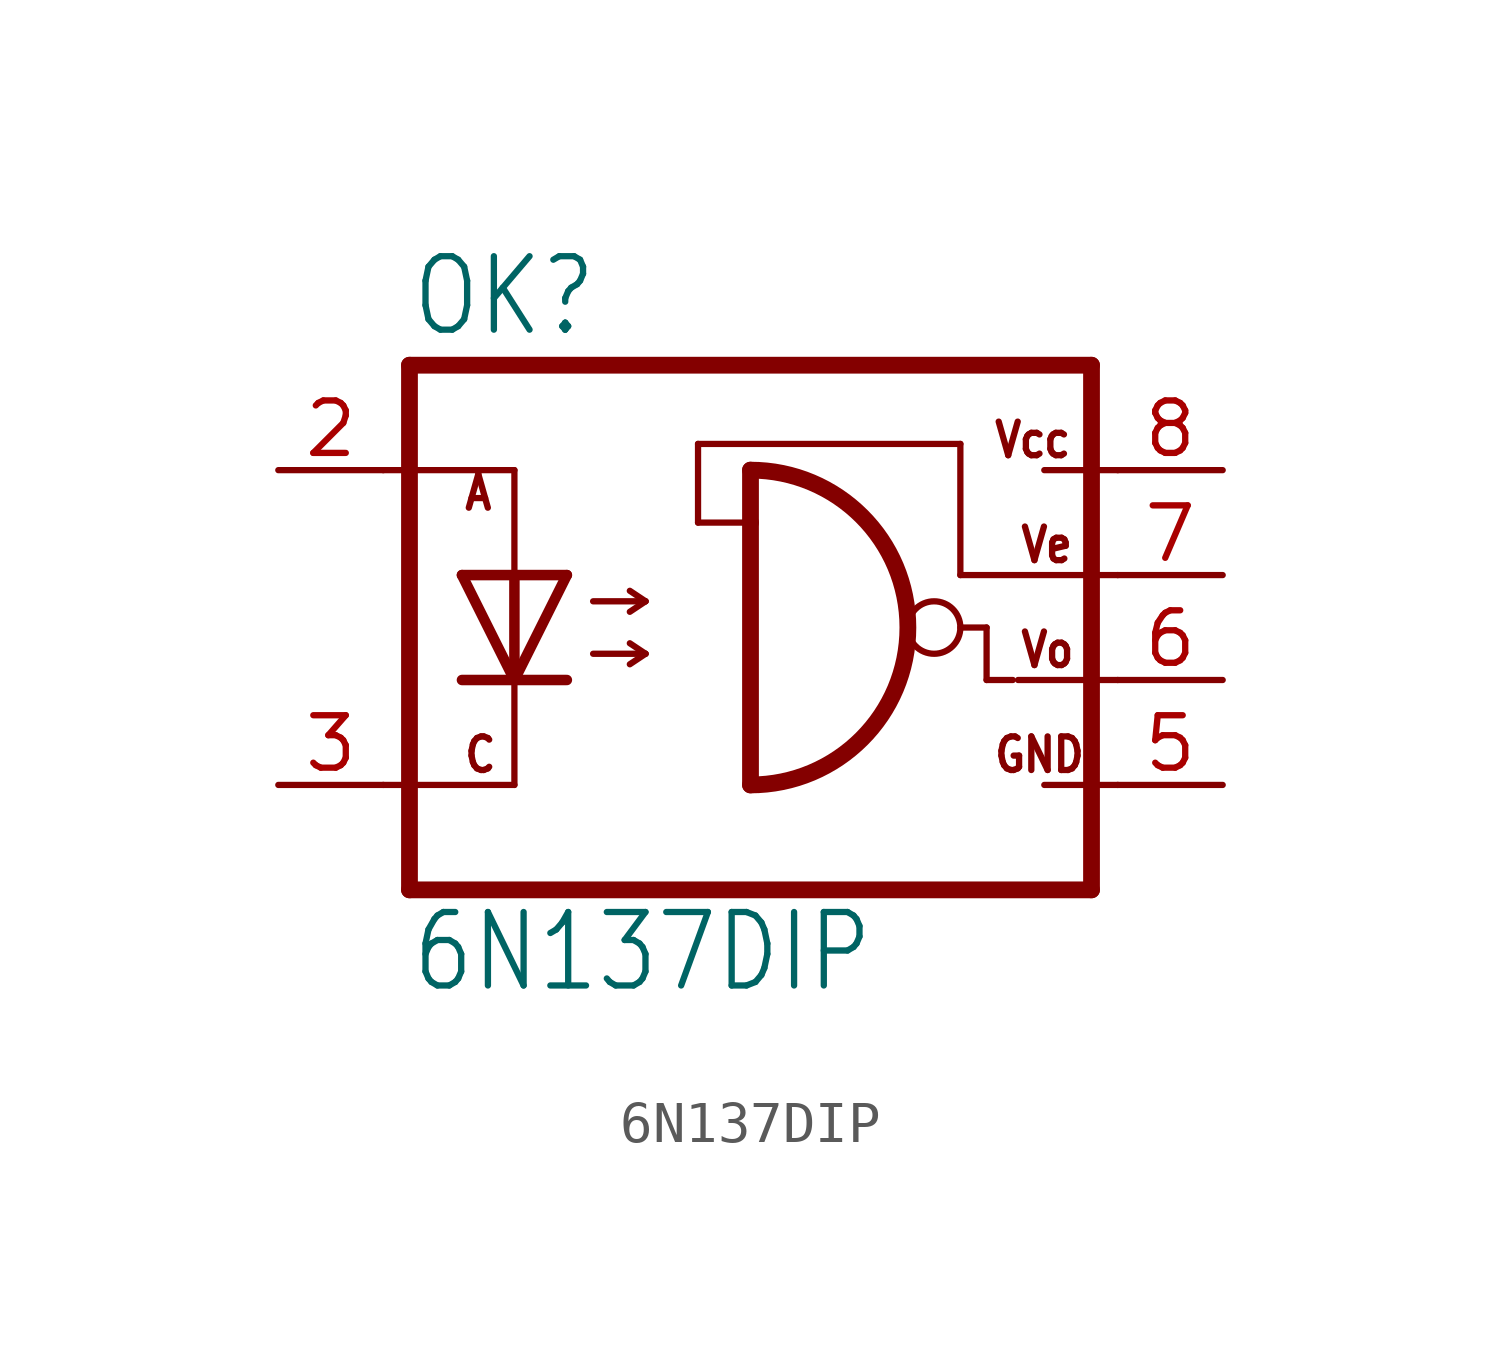
<source format=kicad_sym>
(kicad_symbol_lib
  (version 20211014)
  (generator kicad_symbol_editor)
  (symbol "6N137DIP"
    (property "Reference" "OK"
      (at -9.525 8.255 0)
      (effects (font (size 1.778 1.511)) (justify left bottom)))
    (property "Value" "6N137DIP"
      (at -9.525 -7.62 0)
      (effects (font (size 1.778 1.511)) (justify left bottom)))
    (property "ki_locked" ""
      (at 0 0 0)
      (effects (font (size 1.27 1.27))))
    (symbol "6N137DIP_1_0"
      (arc (start -1.27 -2.54) (mid 2.54 1.27) (end -1.27 5.08) (stroke (width 0.4064) (type default) (color 0 0 0 0)) (fill (type none)))
      (polyline (pts (xy -10.16 -2.54) (xy -6.985 -2.54)) (stroke (width 0.152) (type default) (color 0 0 0 0)) (fill (type none)))
      (polyline (pts (xy -10.16 5.08) (xy -6.985 5.08)) (stroke (width 0.152) (type default) (color 0 0 0 0)) (fill (type none)))
      (polyline (pts (xy -9.525 7.62) (xy -9.525 -5.08)) (stroke (width 0.406) (type default) (color 0 0 0 0)) (fill (type none)))
      (polyline (pts (xy -6.985 -2.54) (xy -6.985 0)) (stroke (width 0.152) (type default) (color 0 0 0 0)) (fill (type none)))
      (polyline (pts (xy -6.985 0) (xy -8.255 0)) (stroke (width 0.254) (type default) (color 0 0 0 0)) (fill (type none)))
      (polyline (pts (xy -6.985 0) (xy -8.255 2.54)) (stroke (width 0.254) (type default) (color 0 0 0 0)) (fill (type none)))
      (polyline (pts (xy -6.985 2.54) (xy -8.255 2.54)) (stroke (width 0.254) (type default) (color 0 0 0 0)) (fill (type none)))
      (polyline (pts (xy -6.985 2.54) (xy -6.985 0)) (stroke (width 0.254) (type default) (color 0 0 0 0)) (fill (type none)))
      (polyline (pts (xy -6.985 2.54) (xy -6.985 5.08)) (stroke (width 0.152) (type default) (color 0 0 0 0)) (fill (type none)))
      (polyline (pts (xy -5.715 0) (xy -6.985 0)) (stroke (width 0.254) (type default) (color 0 0 0 0)) (fill (type none)))
      (polyline (pts (xy -5.715 2.54) (xy -6.985 0)) (stroke (width 0.254) (type default) (color 0 0 0 0)) (fill (type none)))
      (polyline (pts (xy -5.715 2.54) (xy -6.985 2.54)) (stroke (width 0.254) (type default) (color 0 0 0 0)) (fill (type none)))
      (polyline (pts (xy -5.08 0.635) (xy -3.81 0.635)) (stroke (width 0.152) (type default) (color 0 0 0 0)) (fill (type none)))
      (polyline (pts (xy -5.08 1.905) (xy -3.81 1.905)) (stroke (width 0.152) (type default) (color 0 0 0 0)) (fill (type none)))
      (polyline (pts (xy -3.81 0.635) (xy -4.191 0.381)) (stroke (width 0.152) (type default) (color 0 0 0 0)) (fill (type none)))
      (polyline (pts (xy -3.81 0.635) (xy -4.191 0.889)) (stroke (width 0.152) (type default) (color 0 0 0 0)) (fill (type none)))
      (polyline (pts (xy -3.81 1.905) (xy -4.191 1.651)) (stroke (width 0.152) (type default) (color 0 0 0 0)) (fill (type none)))
      (polyline (pts (xy -3.81 1.905) (xy -4.191 2.159)) (stroke (width 0.152) (type default) (color 0 0 0 0)) (fill (type none)))
      (polyline (pts (xy -2.54 3.81) (xy -2.54 5.715)) (stroke (width 0.152) (type default) (color 0 0 0 0)) (fill (type none)))
      (polyline (pts (xy -2.54 5.715) (xy 3.81 5.715)) (stroke (width 0.152) (type default) (color 0 0 0 0)) (fill (type none)))
      (polyline (pts (xy -1.27 3.81) (xy -2.54 3.81)) (stroke (width 0.152) (type default) (color 0 0 0 0)) (fill (type none)))
      (polyline (pts (xy -1.27 3.81) (xy -1.27 -2.54)) (stroke (width 0.406) (type default) (color 0 0 0 0)) (fill (type none)))
      (polyline (pts (xy -1.27 5.08) (xy -1.27 3.81)) (stroke (width 0.406) (type default) (color 0 0 0 0)) (fill (type none)))
      (polyline (pts (xy 3.81 1.27) (xy 4.445 1.27)) (stroke (width 0.152) (type default) (color 0 0 0 0)) (fill (type none)))
      (polyline (pts (xy 3.81 2.54) (xy 7.62 2.54)) (stroke (width 0.152) (type default) (color 0 0 0 0)) (fill (type none)))
      (polyline (pts (xy 3.81 5.715) (xy 3.81 2.54)) (stroke (width 0.152) (type default) (color 0 0 0 0)) (fill (type none)))
      (polyline (pts (xy 4.445 0) (xy 5.08 0)) (stroke (width 0.152) (type default) (color 0 0 0 0)) (fill (type none)))
      (polyline (pts (xy 4.445 1.27) (xy 4.445 0)) (stroke (width 0.152) (type default) (color 0 0 0 0)) (fill (type none)))
      (polyline (pts (xy 5.207 0) (xy 7.62 0)) (stroke (width 0.152) (type default) (color 0 0 0 0)) (fill (type none)))
      (polyline (pts (xy 5.842 -2.54) (xy 7.62 -2.54)) (stroke (width 0.152) (type default) (color 0 0 0 0)) (fill (type none)))
      (polyline (pts (xy 5.842 5.08) (xy 7.62 5.08)) (stroke (width 0.152) (type default) (color 0 0 0 0)) (fill (type none)))
      (polyline (pts (xy 6.985 -5.08) (xy -9.525 -5.08)) (stroke (width 0.406) (type default) (color 0 0 0 0)) (fill (type none)))
      (polyline (pts (xy 6.985 7.62) (xy -9.525 7.62)) (stroke (width 0.406) (type default) (color 0 0 0 0)) (fill (type none)))
      (polyline (pts (xy 6.985 7.62) (xy 6.985 -5.08)) (stroke (width 0.406) (type default) (color 0 0 0 0)) (fill (type none)))
      (circle (center 3.175 1.27) (radius 0.635) (stroke (width 0.152) (type default) (color 0 0 0 0)) (fill (type none)))
      (text "A" (at -8.255 4.064 0) (effects (font (size 0.813 0.691)) (justify left bottom)))
      (text "C" (at -8.255 -2.286 0) (effects (font (size 0.813 0.691)) (justify left bottom)))
      (text "GND" (at 4.572 -2.286 0) (effects (font (size 0.813 0.691)) (justify left bottom)))
      (text "Vcc" (at 4.572 5.334 0) (effects (font (size 0.813 0.691)) (justify left bottom)))
      (text "Ve" (at 5.207 2.794 0) (effects (font (size 0.813 0.691)) (justify left bottom)))
      (text "Vo" (at 5.207 0.254 0) (effects (font (size 0.813 0.691)) (justify left bottom)))
      (pin passive line (at -12.7 5.08 0) (length 2.54) (name "A" (effects (font (size 0 0)))) (number "2" (effects (font (size 1.27 1.27)))))
      (pin passive line (at -12.7 -2.54 0) (length 2.54) (name "C" (effects (font (size 0 0)))) (number "3" (effects (font (size 1.27 1.27)))))
      (pin passive line (at 10.16 -2.54 180) (length 2.54) (name "GND" (effects (font (size 0 0)))) (number "5" (effects (font (size 1.27 1.27)))))
      (pin passive line (at 10.16 0 180) (length 2.54) (name "VO" (effects (font (size 0 0)))) (number "6" (effects (font (size 1.27 1.27)))))
      (pin passive line (at 10.16 2.54 180) (length 2.54) (name "VE" (effects (font (size 0 0)))) (number "7" (effects (font (size 1.27 1.27)))))
      (pin passive line (at 10.16 5.08 180) (length 2.54) (name "VCC" (effects (font (size 0 0)))) (number "8" (effects (font (size 1.27 1.27))))))))
</source>
